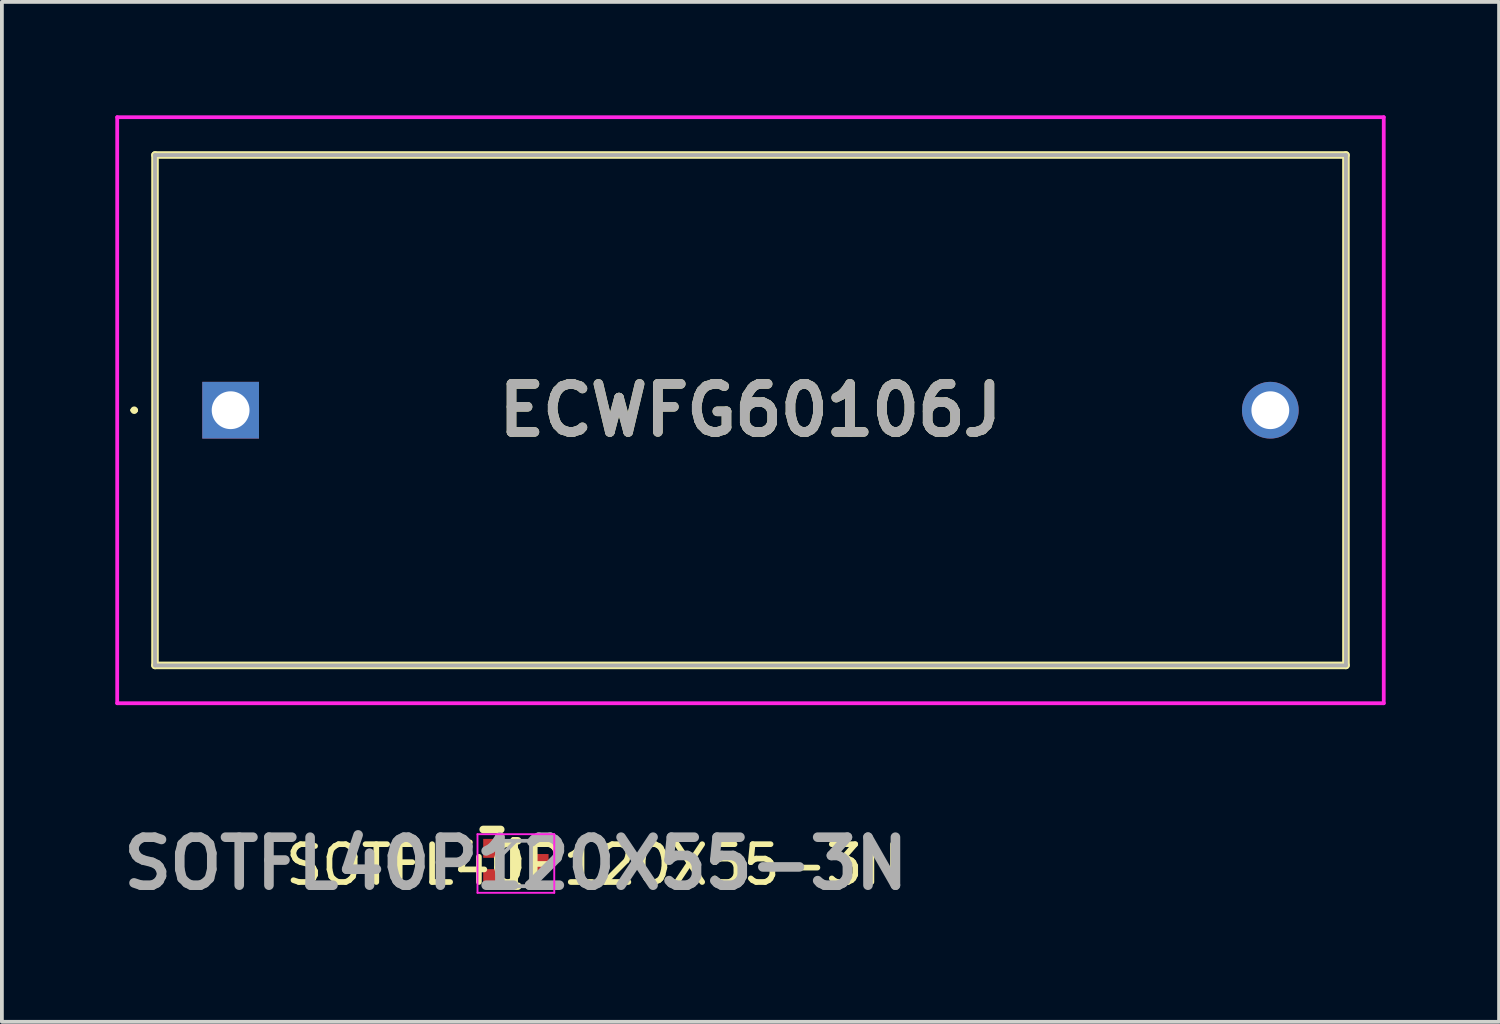
<source format=kicad_pcb>
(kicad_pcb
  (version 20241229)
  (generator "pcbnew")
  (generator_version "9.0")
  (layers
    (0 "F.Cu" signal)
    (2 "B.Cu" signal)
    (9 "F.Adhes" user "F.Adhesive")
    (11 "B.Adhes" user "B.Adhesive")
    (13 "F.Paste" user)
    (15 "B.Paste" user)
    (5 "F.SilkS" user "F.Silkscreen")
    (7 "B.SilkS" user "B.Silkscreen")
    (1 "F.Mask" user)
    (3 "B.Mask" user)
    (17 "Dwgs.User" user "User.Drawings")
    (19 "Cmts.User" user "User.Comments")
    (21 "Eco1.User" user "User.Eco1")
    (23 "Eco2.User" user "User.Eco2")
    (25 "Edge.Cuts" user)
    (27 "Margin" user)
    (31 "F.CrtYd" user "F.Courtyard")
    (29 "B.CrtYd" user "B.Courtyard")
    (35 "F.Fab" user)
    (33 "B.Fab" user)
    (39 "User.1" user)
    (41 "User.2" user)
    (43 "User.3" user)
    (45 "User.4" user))
  (footprint "SOTFL40P120X55-3N"
    (layer "F.Cu")
    (at 10.595 19.789)
    (property "Reference" "SOTFL40P120X55-3N" (at 2.07 0.035 0) (layer "F.SilkS") (effects (font (size 1 1) (thickness 0.15))))
    (attr smd)
    (fp_line (start -0.865 -0.9) (end -0.4 -0.9) (stroke (width 0.2) (type solid)) (layer "F.SilkS"))
    (fp_line (start -0.05 -0.6) (end -0.05 0.6) (stroke (width 0.2) (type solid)) (layer "F.SilkS"))
    (fp_line (start -0.05 -0.6) (end 0.05 -0.6) (stroke (width 0.2) (type solid)) (layer "F.SilkS"))
    (fp_line (start -0.05 0.6) (end -0.05 -0.6) (stroke (width 0.2) (type solid)) (layer "F.SilkS"))
    (fp_line (start 0.05 0.6) (end -0.05 0.6) (stroke (width 0.2) (type solid)) (layer "F.SilkS"))
    (fp_line (start -1.015 -0.775) (end 1.015 -0.775) (stroke (width 0.05) (type solid)) (layer "F.CrtYd"))
    (fp_line (start -1.015 0.775) (end -1.015 -0.775) (stroke (width 0.05) (type solid)) (layer "F.CrtYd"))
    (fp_line (start 1.015 -0.775) (end 1.015 0.775) (stroke (width 0.05) (type solid)) (layer "F.CrtYd"))
    (fp_line (start 1.015 0.775) (end -1.015 0.775) (stroke (width 0.05) (type solid)) (layer "F.CrtYd"))
    (fp_line (start -0.4 -0.6) (end 0.4 -0.6) (stroke (width 0.1) (type solid)) (layer "F.Fab"))
    (fp_line (start -0.4 -0.2) (end 0 -0.6) (stroke (width 0.1) (type solid)) (layer "F.Fab"))
    (fp_line (start -0.4 0.6) (end -0.4 -0.6) (stroke (width 0.1) (type solid)) (layer "F.Fab"))
    (fp_line (start 0.4 -0.6) (end 0.4 0.6) (stroke (width 0.1) (type solid)) (layer "F.Fab"))
    (fp_line (start 0.4 0.6) (end -0.4 0.6) (stroke (width 0.1) (type solid)) (layer "F.Fab"))
    (fp_text user "${REFERENCE}" (at 0 0 0) (layer "F.Fab") (effects (font (size 1.27 1.27) (thickness 0.254))))
    (pad "1" smd rect (at -0.632 -0.4) (size 0.465 0.5) (layers "F.Cu" "F.Mask" "F.Paste"))
    (pad "2" smd rect (at -0.632 0.4) (size 0.465 0.5) (layers "F.Cu" "F.Mask" "F.Paste"))
    (pad "3" smd rect (at 0.632 0) (size 0.465 0.5) (layers "F.Cu" "F.Mask" "F.Paste")))
  (footprint "ECWFG60106J"
    (layer "F.Cu")
    (at 3.05 7.8)
    (property "Reference" "ECWFG60106J" (at 13.75 0 0) (layer "F.SilkS") (effects (font (size 1.27 1.27) (thickness 0.254))))
    (attr through_hole)
    (fp_line (start -2.6 0) (end -2.6 0) (stroke (width 0.1) (type solid)) (layer "F.SilkS"))
    (fp_line (start -2.5 0) (end -2.5 0) (stroke (width 0.1) (type solid)) (layer "F.SilkS"))
    (fp_line (start -2 -6.75) (end 29.5 -6.75) (stroke (width 0.2) (type solid)) (layer "F.SilkS"))
    (fp_line (start -2 6.75) (end -2 -6.75) (stroke (width 0.2) (type solid)) (layer "F.SilkS"))
    (fp_line (start 29.5 -6.75) (end 29.5 6.75) (stroke (width 0.2) (type solid)) (layer "F.SilkS"))
    (fp_line (start 29.5 6.75) (end -2 6.75) (stroke (width 0.2) (type solid)) (layer "F.SilkS"))
    (fp_arc (start -2.6 0) (mid -2.55 -0.05) (end -2.5 0) (stroke (width 0.1) (type solid)) (layer "F.SilkS"))
    (fp_arc (start -2.5 0) (mid -2.55 0.05) (end -2.6 0) (stroke (width 0.1) (type solid)) (layer "F.SilkS"))
    (fp_line (start -3 -7.75) (end 30.5 -7.75) (stroke (width 0.1) (type solid)) (layer "F.CrtYd"))
    (fp_line (start -3 7.75) (end -3 -7.75) (stroke (width 0.1) (type solid)) (layer "F.CrtYd"))
    (fp_line (start 30.5 -7.75) (end 30.5 7.75) (stroke (width 0.1) (type solid)) (layer "F.CrtYd"))
    (fp_line (start 30.5 7.75) (end -3 7.75) (stroke (width 0.1) (type solid)) (layer "F.CrtYd"))
    (fp_line (start -2 -6.75) (end -2 6.75) (stroke (width 0.1) (type solid)) (layer "F.Fab"))
    (fp_line (start -2 6.75) (end 29.5 6.75) (stroke (width 0.1) (type solid)) (layer "F.Fab"))
    (fp_line (start 29.5 -6.75) (end -2 -6.75) (stroke (width 0.1) (type solid)) (layer "F.Fab"))
    (fp_line (start 29.5 6.75) (end 29.5 -6.75) (stroke (width 0.1) (type solid)) (layer "F.Fab"))
    (fp_text user "${REFERENCE}" (at 13.75 0 0) (layer "F.Fab") (effects (font (size 1.27 1.27) (thickness 0.254))))
    (pad "1" thru_hole rect (at 0 0) (size 1.5 1.5) (drill 1) (layers "*.Cu" "*.Mask"))
    (pad "2" thru_hole circle (at 27.5 0) (size 1.5 1.5) (drill 1) (layers "*.Cu" "*.Mask")))
  (gr_rect
    (start -3 -3)
    (end 36.6 23.977)
    (stroke (width 0.1) (type default))
    (fill no)
    (layer "Edge.Cuts")))
</source>
